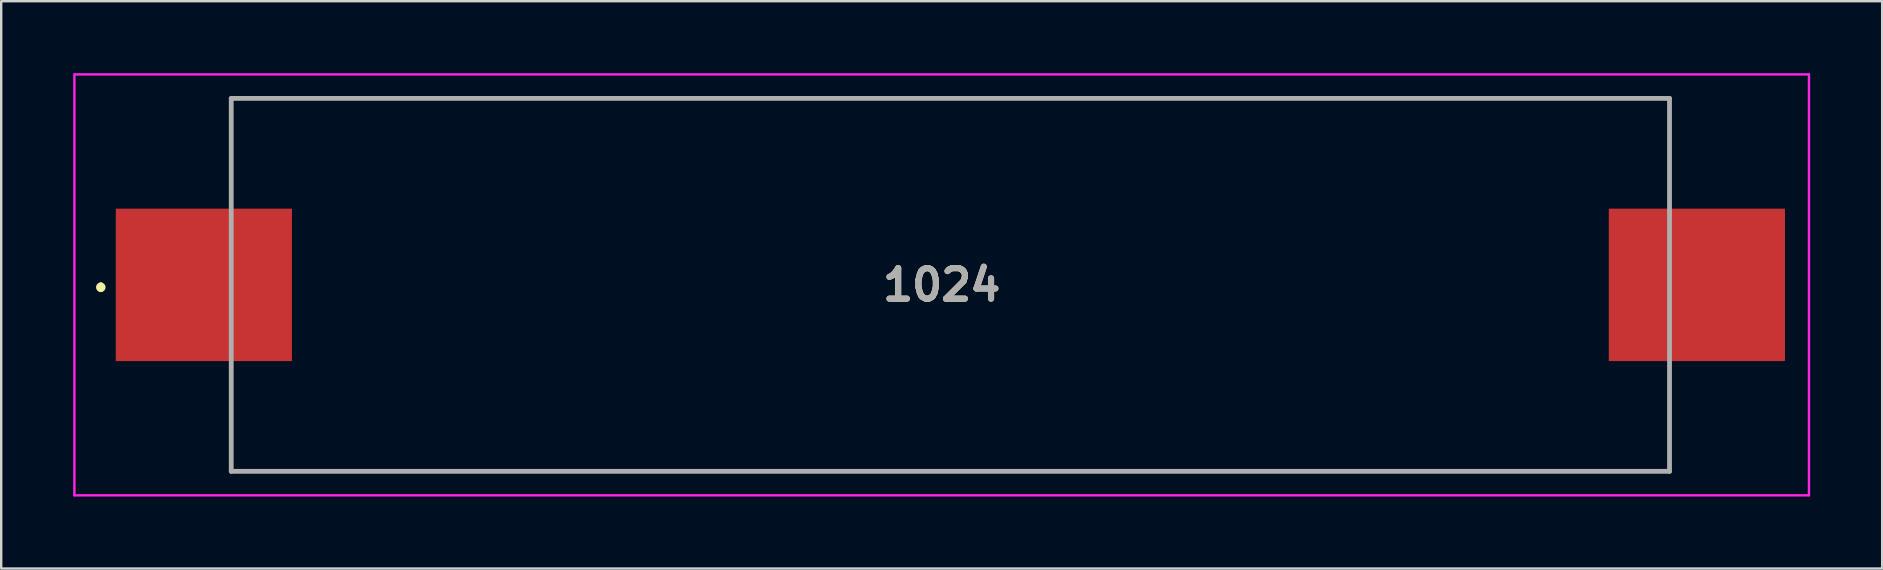
<source format=kicad_pcb>
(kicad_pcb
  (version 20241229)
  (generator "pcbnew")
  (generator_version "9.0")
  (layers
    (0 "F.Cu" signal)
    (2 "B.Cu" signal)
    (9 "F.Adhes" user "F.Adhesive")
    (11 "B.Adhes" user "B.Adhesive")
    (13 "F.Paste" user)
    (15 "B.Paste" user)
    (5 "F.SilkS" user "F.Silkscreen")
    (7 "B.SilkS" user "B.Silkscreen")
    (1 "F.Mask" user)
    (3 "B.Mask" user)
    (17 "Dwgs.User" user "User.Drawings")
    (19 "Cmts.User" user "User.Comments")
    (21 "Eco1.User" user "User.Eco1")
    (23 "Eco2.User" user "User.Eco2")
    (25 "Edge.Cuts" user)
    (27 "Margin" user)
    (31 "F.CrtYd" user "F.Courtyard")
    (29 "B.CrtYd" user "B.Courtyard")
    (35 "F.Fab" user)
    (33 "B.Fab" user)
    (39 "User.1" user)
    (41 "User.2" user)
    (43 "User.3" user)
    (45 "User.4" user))
  (footprint "1024"
    (layer "F.Cu")
    (at 36.188 8.82)
    (property "Reference" "1024" (at 0 0 0) (layer "F.SilkS") (effects (font (size 1.27 1.27) (thickness 0.254))))
    (attr through_hole)
    (fp_line (start -35.038 0) (end -35.038 0) (stroke (width 0.2) (type solid)) (layer "F.SilkS"))
    (fp_line (start -35.038 0.2) (end -35.038 0.2) (stroke (width 0.2) (type solid)) (layer "F.SilkS"))
    (fp_line (start -29.603 -7.77) (end -29.603 -5.08) (stroke (width 0.1) (type solid)) (layer "F.SilkS"))
    (fp_line (start -29.603 5.08) (end -29.603 7.77) (stroke (width 0.1) (type solid)) (layer "F.SilkS"))
    (fp_line (start -29.603 7.77) (end 30.327 7.77) (stroke (width 0.1) (type solid)) (layer "F.SilkS"))
    (fp_line (start 30.327 -7.77) (end -25.038 -7.77) (stroke (width 0.1) (type solid)) (layer "F.SilkS"))
    (fp_line (start 30.327 -5.08) (end 30.327 -7.77) (stroke (width 0.1) (type solid)) (layer "F.SilkS"))
    (fp_line (start 30.327 7.77) (end 30.327 5.08) (stroke (width 0.1) (type solid)) (layer "F.SilkS"))
    (fp_arc (start -35.038 0) (mid -34.938 0.1) (end -35.038 0.2) (stroke (width 0.2) (type solid)) (layer "F.SilkS"))
    (fp_arc (start -35.038 0.2) (mid -35.138 0.1) (end -35.038 0) (stroke (width 0.2) (type solid)) (layer "F.SilkS"))
    (fp_line (start -36.138 -8.77) (end 36.138 -8.77) (stroke (width 0.1) (type solid)) (layer "F.CrtYd"))
    (fp_line (start -36.138 8.77) (end -36.138 -8.77) (stroke (width 0.1) (type solid)) (layer "F.CrtYd"))
    (fp_line (start 36.138 -8.77) (end 36.138 8.77) (stroke (width 0.1) (type solid)) (layer "F.CrtYd"))
    (fp_line (start 36.138 8.77) (end -36.138 8.77) (stroke (width 0.1) (type solid)) (layer "F.CrtYd"))
    (fp_line (start -29.603 -7.77) (end 30.327 -7.77) (stroke (width 0.2) (type solid)) (layer "F.Fab"))
    (fp_line (start -29.603 7.77) (end -29.603 -7.77) (stroke (width 0.2) (type solid)) (layer "F.Fab"))
    (fp_line (start 30.327 -7.77) (end 30.327 7.77) (stroke (width 0.2) (type solid)) (layer "F.Fab"))
    (fp_line (start 30.327 7.77) (end -29.603 7.77) (stroke (width 0.2) (type solid)) (layer "F.Fab"))
    (fp_text user "${REFERENCE}" (at 0 0 0) (layer "F.Fab") (effects (font (size 1.27 1.27) (thickness 0.254))))
    (pad "" np_thru_hole circle (at -27.073 -6.73) (size 0.001 0.001) (drill 1.98) (layers "*.Cu" "*.Mask"))
    (pad "1" smd rect (at -30.743 0 90) (size 6.35 7.34) (layers "F.Cu" "F.Mask" "F.Paste"))
    (pad "2" smd rect (at 31.467 0 90) (size 6.35 7.34) (layers "F.Cu" "F.Mask" "F.Paste")))
  (gr_rect
    (start -3 -3)
    (end 75.376 20.64)
    (stroke (width 0.1) (type default))
    (fill no)
    (layer "Edge.Cuts")))
</source>
